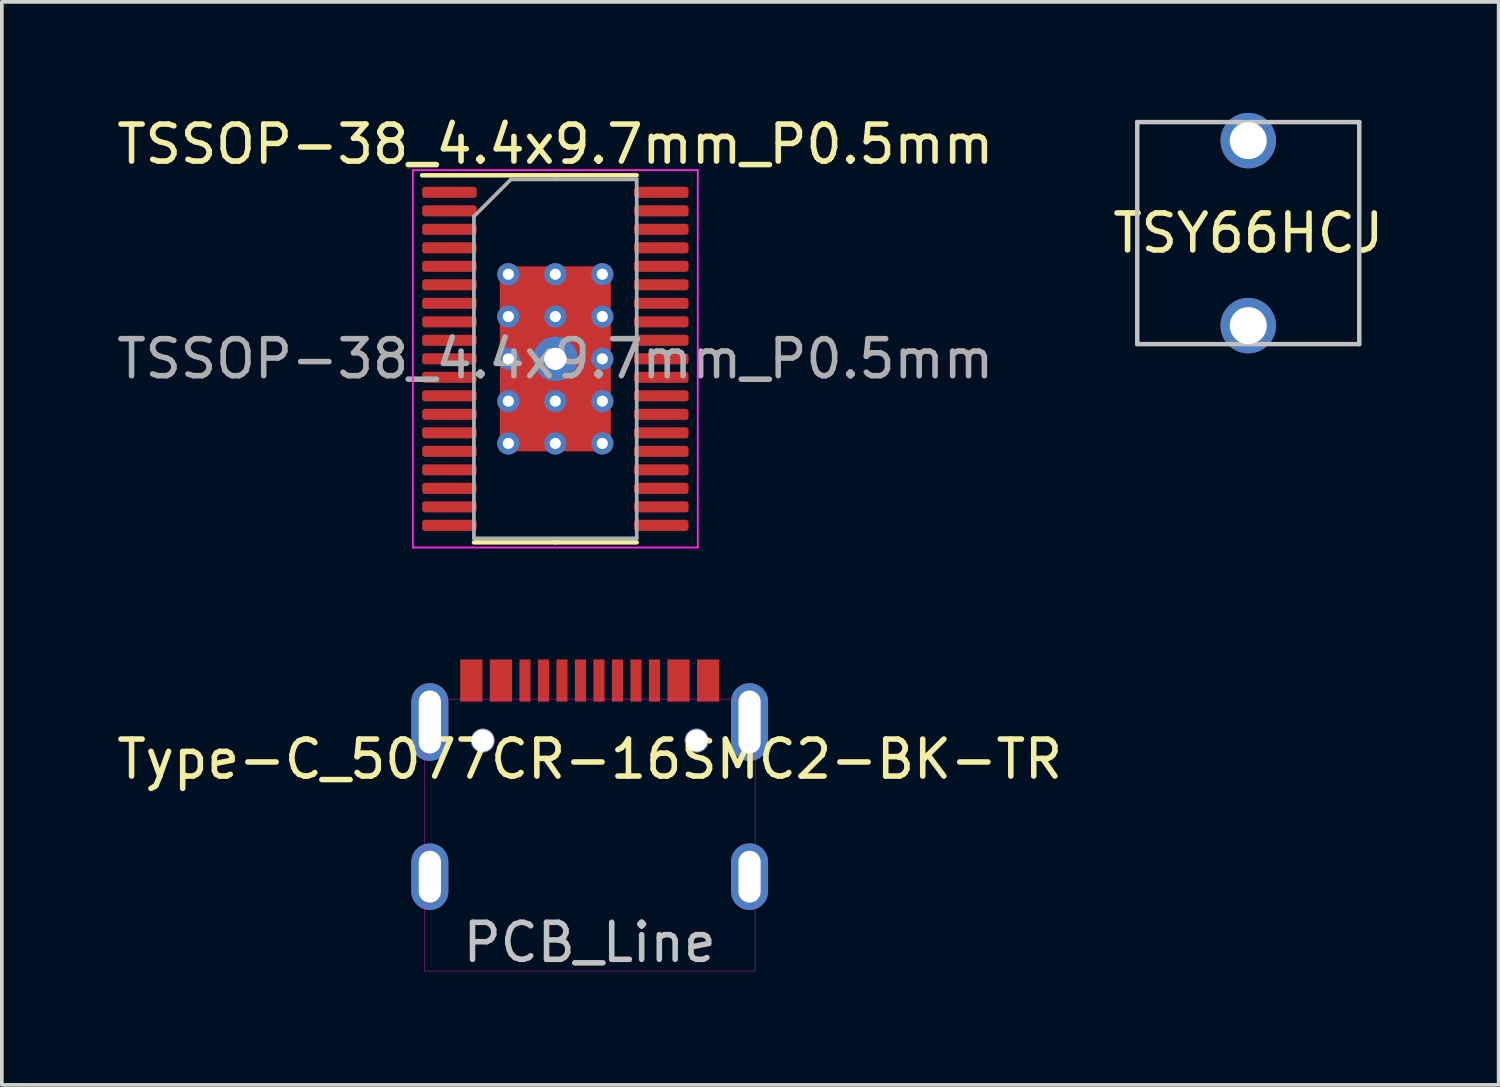
<source format=kicad_pcb>
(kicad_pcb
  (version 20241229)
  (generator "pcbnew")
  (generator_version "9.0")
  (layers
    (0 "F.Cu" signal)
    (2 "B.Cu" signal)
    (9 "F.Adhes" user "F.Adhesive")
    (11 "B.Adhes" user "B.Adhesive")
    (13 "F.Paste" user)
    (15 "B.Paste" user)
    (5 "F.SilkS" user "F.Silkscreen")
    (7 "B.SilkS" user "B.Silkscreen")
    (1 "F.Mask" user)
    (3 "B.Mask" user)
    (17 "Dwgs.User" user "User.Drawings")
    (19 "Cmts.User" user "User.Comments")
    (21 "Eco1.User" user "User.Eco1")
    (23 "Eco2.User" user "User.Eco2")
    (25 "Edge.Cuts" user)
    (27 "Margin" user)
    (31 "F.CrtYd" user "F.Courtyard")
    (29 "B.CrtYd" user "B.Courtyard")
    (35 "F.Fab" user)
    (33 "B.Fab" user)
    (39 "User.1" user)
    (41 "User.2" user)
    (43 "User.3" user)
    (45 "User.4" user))
  (footprint "TSSOP-38_4.4x9.7mm_P0.5mm"
    (layer "F.Cu")
    (at 11.958 6.648)
    (property "Reference" "TSSOP-38_4.4x9.7mm_P0.5mm" (at 0 -5.8 0) (layer "F.SilkS") (effects (font (size 1 1) (thickness 0.15))))
    (attr smd)
    (fp_line (start 0 -4.96) (end -3.6 -4.96) (stroke (width 0.12) (type solid)) (layer "F.SilkS"))
    (fp_line (start 0 -4.96) (end 2.2 -4.96) (stroke (width 0.12) (type solid)) (layer "F.SilkS"))
    (fp_line (start 0 4.96) (end -2.2 4.96) (stroke (width 0.12) (type solid)) (layer "F.SilkS"))
    (fp_line (start 0 4.96) (end 2.2 4.96) (stroke (width 0.12) (type solid)) (layer "F.SilkS"))
    (fp_line (start -3.85 -5.1) (end -3.85 5.1) (stroke (width 0.05) (type solid)) (layer "F.CrtYd"))
    (fp_line (start -3.85 5.1) (end 3.85 5.1) (stroke (width 0.05) (type solid)) (layer "F.CrtYd"))
    (fp_line (start 3.85 -5.1) (end -3.85 -5.1) (stroke (width 0.05) (type solid)) (layer "F.CrtYd"))
    (fp_line (start 3.85 5.1) (end 3.85 -5.1) (stroke (width 0.05) (type solid)) (layer "F.CrtYd"))
    (fp_line (start -2.2 -3.85) (end -1.2 -4.85) (stroke (width 0.1) (type solid)) (layer "F.Fab"))
    (fp_line (start -2.2 4.85) (end -2.2 -3.85) (stroke (width 0.1) (type solid)) (layer "F.Fab"))
    (fp_line (start -1.2 -4.85) (end 2.2 -4.85) (stroke (width 0.1) (type solid)) (layer "F.Fab"))
    (fp_line (start 2.2 -4.85) (end 2.2 4.85) (stroke (width 0.1) (type solid)) (layer "F.Fab"))
    (fp_line (start 2.2 4.85) (end -2.2 4.85) (stroke (width 0.1) (type solid)) (layer "F.Fab"))
    (fp_text user "${REFERENCE}" (at 0 0 0) (layer "F.Fab") (effects (font (size 1 1) (thickness 0.15))))
    (pad "1" smd roundrect (at -2.862 -4.5) (size 1.475 0.3) (layers "F.Cu" "F.Mask" "F.Paste") (roundrect_rratio 0.25))
    (pad "2" smd roundrect (at -2.862 -4) (size 1.475 0.3) (layers "F.Cu" "F.Mask" "F.Paste") (roundrect_rratio 0.25))
    (pad "3" smd roundrect (at -2.862 -3.5) (size 1.475 0.3) (layers "F.Cu" "F.Mask" "F.Paste") (roundrect_rratio 0.25))
    (pad "4" smd roundrect (at -2.862 -3) (size 1.475 0.3) (layers "F.Cu" "F.Mask" "F.Paste") (roundrect_rratio 0.25))
    (pad "5" smd roundrect (at -2.862 -2.5) (size 1.475 0.3) (layers "F.Cu" "F.Mask" "F.Paste") (roundrect_rratio 0.25))
    (pad "6" smd roundrect (at -2.862 -2) (size 1.475 0.3) (layers "F.Cu" "F.Mask" "F.Paste") (roundrect_rratio 0.25))
    (pad "7" smd roundrect (at -2.862 -1.5) (size 1.475 0.3) (layers "F.Cu" "F.Mask" "F.Paste") (roundrect_rratio 0.25))
    (pad "8" smd roundrect (at -2.862 -1) (size 1.475 0.3) (layers "F.Cu" "F.Mask" "F.Paste") (roundrect_rratio 0.25))
    (pad "9" smd roundrect (at -2.862 -0.5) (size 1.475 0.3) (layers "F.Cu" "F.Mask" "F.Paste") (roundrect_rratio 0.25))
    (pad "10" smd roundrect (at -2.862 0) (size 1.475 0.3) (layers "F.Cu" "F.Mask" "F.Paste") (roundrect_rratio 0.25))
    (pad "11" smd roundrect (at -2.862 0.5) (size 1.475 0.3) (layers "F.Cu" "F.Mask" "F.Paste") (roundrect_rratio 0.25))
    (pad "12" smd roundrect (at -2.862 1) (size 1.475 0.3) (layers "F.Cu" "F.Mask" "F.Paste") (roundrect_rratio 0.25))
    (pad "13" smd roundrect (at -2.862 1.5) (size 1.475 0.3) (layers "F.Cu" "F.Mask" "F.Paste") (roundrect_rratio 0.25))
    (pad "14" smd roundrect (at -2.862 2) (size 1.475 0.3) (layers "F.Cu" "F.Mask" "F.Paste") (roundrect_rratio 0.25))
    (pad "15" smd roundrect (at -2.862 2.5) (size 1.475 0.3) (layers "F.Cu" "F.Mask" "F.Paste") (roundrect_rratio 0.25))
    (pad "16" smd roundrect (at -2.862 3) (size 1.475 0.3) (layers "F.Cu" "F.Mask" "F.Paste") (roundrect_rratio 0.25))
    (pad "17" smd roundrect (at -2.862 3.5) (size 1.475 0.3) (layers "F.Cu" "F.Mask" "F.Paste") (roundrect_rratio 0.25))
    (pad "18" smd roundrect (at -2.862 4) (size 1.475 0.3) (layers "F.Cu" "F.Mask" "F.Paste") (roundrect_rratio 0.25))
    (pad "18" thru_hole circle (at -1.27 -2.286) (size 0.6 0.6) (drill 0.3) (layers "*.Cu"))
    (pad "18" thru_hole circle (at -1.27 -1.143) (size 0.6 0.6) (drill 0.3) (layers "*.Cu"))
    (pad "18" thru_hole circle (at -1.27 0) (size 0.6 0.6) (drill 0.3) (layers "*.Cu"))
    (pad "18" thru_hole circle (at -1.27 1.143) (size 0.6 0.6) (drill 0.3) (layers "*.Cu"))
    (pad "18" thru_hole circle (at -1.27 2.286) (size 0.6 0.6) (drill 0.3) (layers "*.Cu"))
    (pad "18" thru_hole circle (at 0 -2.286) (size 0.6 0.6) (drill 0.3) (layers "*.Cu"))
    (pad "18" thru_hole circle (at 0 -1.143) (size 0.6 0.6) (drill 0.3) (layers "*.Cu"))
    (pad "18" thru_hole circle (at 0 0) (size 1.2 1.2) (drill 0.6) (layers "*.Cu" "B.Mask"))
    (pad "18" smd rect (at 0 0) (size 3 5) (layers "F.Cu" "F.Mask" "F.Paste"))
    (pad "18" thru_hole circle (at 0 1.143) (size 0.6 0.6) (drill 0.3) (layers "*.Cu"))
    (pad "18" thru_hole circle (at 0 2.286) (size 0.6 0.6) (drill 0.3) (layers "*.Cu"))
    (pad "18" thru_hole circle (at 1.27 -2.286) (size 0.6 0.6) (drill 0.3) (layers "*.Cu"))
    (pad "18" thru_hole circle (at 1.27 -1.143) (size 0.6 0.6) (drill 0.3) (layers "*.Cu"))
    (pad "18" thru_hole circle (at 1.27 0) (size 0.6 0.6) (drill 0.3) (layers "*.Cu"))
    (pad "18" thru_hole circle (at 1.27 1.143) (size 0.6 0.6) (drill 0.3) (layers "*.Cu"))
    (pad "18" thru_hole circle (at 1.27 2.286 90) (size 0.6 0.6) (drill 0.3) (layers "*.Cu"))
    (pad "19" smd roundrect (at -2.862 4.5) (size 1.475 0.3) (layers "F.Cu" "F.Mask" "F.Paste") (roundrect_rratio 0.25))
    (pad "20" smd roundrect (at 2.862 4.5) (size 1.475 0.3) (layers "F.Cu" "F.Mask" "F.Paste") (roundrect_rratio 0.25))
    (pad "21" smd roundrect (at 2.862 4) (size 1.475 0.3) (layers "F.Cu" "F.Mask" "F.Paste") (roundrect_rratio 0.25))
    (pad "22" smd roundrect (at 2.862 3.5) (size 1.475 0.3) (layers "F.Cu" "F.Mask" "F.Paste") (roundrect_rratio 0.25))
    (pad "23" smd roundrect (at 2.862 3) (size 1.475 0.3) (layers "F.Cu" "F.Mask" "F.Paste") (roundrect_rratio 0.25))
    (pad "24" smd roundrect (at 2.862 2.5) (size 1.475 0.3) (layers "F.Cu" "F.Mask" "F.Paste") (roundrect_rratio 0.25))
    (pad "25" smd roundrect (at 2.862 2) (size 1.475 0.3) (layers "F.Cu" "F.Mask" "F.Paste") (roundrect_rratio 0.25))
    (pad "26" smd roundrect (at 2.862 1.5) (size 1.475 0.3) (layers "F.Cu" "F.Mask" "F.Paste") (roundrect_rratio 0.25))
    (pad "27" smd roundrect (at 2.862 1) (size 1.475 0.3) (layers "F.Cu" "F.Mask" "F.Paste") (roundrect_rratio 0.25))
    (pad "28" smd roundrect (at 2.862 0.5) (size 1.475 0.3) (layers "F.Cu" "F.Mask" "F.Paste") (roundrect_rratio 0.25))
    (pad "29" smd roundrect (at 2.862 0) (size 1.475 0.3) (layers "F.Cu" "F.Mask" "F.Paste") (roundrect_rratio 0.25))
    (pad "30" smd roundrect (at 2.862 -0.5) (size 1.475 0.3) (layers "F.Cu" "F.Mask" "F.Paste") (roundrect_rratio 0.25))
    (pad "31" smd roundrect (at 2.862 -1) (size 1.475 0.3) (layers "F.Cu" "F.Mask" "F.Paste") (roundrect_rratio 0.25))
    (pad "32" smd roundrect (at 2.862 -1.5) (size 1.475 0.3) (layers "F.Cu" "F.Mask" "F.Paste") (roundrect_rratio 0.25))
    (pad "33" smd roundrect (at 2.862 -2) (size 1.475 0.3) (layers "F.Cu" "F.Mask" "F.Paste") (roundrect_rratio 0.25))
    (pad "34" smd roundrect (at 2.862 -2.5) (size 1.475 0.3) (layers "F.Cu" "F.Mask" "F.Paste") (roundrect_rratio 0.25))
    (pad "35" smd roundrect (at 2.862 -3) (size 1.475 0.3) (layers "F.Cu" "F.Mask" "F.Paste") (roundrect_rratio 0.25))
    (pad "36" smd roundrect (at 2.862 -3.5) (size 1.475 0.3) (layers "F.Cu" "F.Mask" "F.Paste") (roundrect_rratio 0.25))
    (pad "37" smd roundrect (at 2.862 -4) (size 1.475 0.3) (layers "F.Cu" "F.Mask" "F.Paste") (roundrect_rratio 0.25))
    (pad "38" smd roundrect (at 2.862 -4.5) (size 1.475 0.3) (layers "F.Cu" "F.Mask" "F.Paste") (roundrect_rratio 0.25)))
  (footprint "Type-C_5077CR-16SMC2-BK-TR"
    (layer "F.Cu")
    (at 12.887 20.643)
    (property "Reference" "Type-C_5077CR-16SMC2-BK-TR" (at 0 -3.175 0) (layer "F.SilkS") (effects (font (size 1 1) (thickness 0.15))))
    (attr through_hole)
    (fp_line (start -4.47 -4.8) (end 4.47 -4.8) (stroke (width 0.01) (type solid)) (layer "F.CrtYd"))
    (fp_line (start -4.47 2.55) (end -4.47 -4.8) (stroke (width 0.01) (type solid)) (layer "F.CrtYd"))
    (fp_line (start 4.47 2.55) (end -4.47 2.55) (stroke (width 0.01) (type solid)) (layer "F.CrtYd"))
    (fp_line (start 4.47 2.55) (end 4.47 -4.8) (stroke (width 0.01) (type solid)) (layer "F.CrtYd"))
    (fp_text user "PCB_Line" (at 0 1.778 0) (layer "Dwgs.User") (effects (font (size 1 1) (thickness 0.15))))
    (pad "" np_thru_hole circle (at -2.89 -3.68) (size 0.65 0.65) (drill 0.6) (layers "*.Cu" "*.Mask"))
    (pad "" np_thru_hole circle (at 2.89 -3.68) (size 0.65 0.65) (drill 0.6) (layers "*.Cu" "*.Mask"))
    (pad "A1" smd rect (at -3.2 -5.3) (size 0.6 1.14) (layers "F.Cu" "F.Mask" "F.Paste"))
    (pad "A4" smd rect (at -2.4 -5.3) (size 0.6 1.14) (layers "F.Cu" "F.Mask" "F.Paste"))
    (pad "A5" smd rect (at -1.25 -5.3) (size 0.3 1.14) (layers "F.Cu" "F.Mask" "F.Paste"))
    (pad "A6" smd rect (at -0.25 -5.3) (size 0.3 1.14) (layers "F.Cu" "F.Mask" "F.Paste"))
    (pad "A7" smd rect (at 0.25 -5.3) (size 0.3 1.14) (layers "F.Cu" "F.Mask" "F.Paste"))
    (pad "A8" smd rect (at 1.25 -5.3) (size 0.3 1.14) (layers "F.Cu" "F.Mask" "F.Paste"))
    (pad "A9" connect rect (at 2.4 -5.3) (size 0.1 0.1) (layers "F.Cu" "F.Mask"))
    (pad "B1" smd rect (at 3.2 -5.3) (size 0.6 1.14) (layers "F.Cu" "F.Mask" "F.Paste"))
    (pad "B4" smd rect (at 2.4 -5.3) (size 0.6 1.14) (layers "F.Cu" "F.Mask" "F.Paste"))
    (pad "B5" smd rect (at 1.75 -5.3) (size 0.3 1.14) (layers "F.Cu" "F.Mask" "F.Paste"))
    (pad "B6" smd rect (at 0.75 -5.3) (size 0.3 1.14) (layers "F.Cu" "F.Mask" "F.Paste"))
    (pad "B7" smd rect (at -0.75 -5.3) (size 0.3 1.14) (layers "F.Cu" "F.Mask" "F.Paste"))
    (pad "B8" smd rect (at -1.75 -5.3) (size 0.3 1.14) (layers "F.Cu" "F.Mask" "F.Paste"))
    (pad "B9" connect rect (at -2.4 -5.3) (size 0.1 0.1) (layers "F.Cu" "F.Mask"))
    (pad "B12" connect rect (at -3.2 -5.3) (size 0.1 0.1) (layers "F.Cu" "F.Mask"))
    (pad "B12" connect rect (at 3.2 -5.3) (size 0.1 0.1) (layers "F.Cu" "F.Mask"))
    (pad "S1" thru_hole oval (at -4.32 -4.18) (size 1 2.1) (drill oval 0.6 1.7) (layers "*.Cu" "*.Mask"))
    (pad "S1" thru_hole oval (at -4.32 0) (size 1 1.8) (drill oval 0.6 1.4) (layers "*.Cu" "*.Mask"))
    (pad "S1" thru_hole oval (at 4.32 -4.18) (size 1 2.1) (drill oval 0.6 1.7) (layers "*.Cu" "*.Mask"))
    (pad "S1" thru_hole oval (at 4.32 0) (size 1 1.8) (drill oval 0.6 1.4) (layers "*.Cu" "*.Mask")))
  (footprint "TSY66HCJ"
    (layer "F.Cu")
    (at 30.685 3.25)
    (property "Reference" "TSY66HCJ" (at 0 0 180) (layer "F.SilkS") (effects (font (size 1 1) (thickness 0.15))))
    (attr through_hole)
    (fp_line (start -3 -3) (end 3 -3) (stroke (width 0.12) (type solid)) (layer "Dwgs.User"))
    (fp_line (start -3 3) (end -3 -3) (stroke (width 0.12) (type solid)) (layer "Dwgs.User"))
    (fp_line (start 3 -3) (end 3 3) (stroke (width 0.12) (type solid)) (layer "Dwgs.User"))
    (fp_line (start 3 3) (end -3 3) (stroke (width 0.12) (type solid)) (layer "Dwgs.User"))
    (pad "1" thru_hole circle (at 0 2.5 90) (size 1.5 1.5) (drill 1) (layers "*.Cu" "*.Mask"))
    (pad "2" thru_hole circle (at 0 -2.5 270) (size 1.5 1.5) (drill 1) (layers "*.Cu" "*.Mask")))
  (gr_rect
    (start -3 -3)
    (end 37.452 26.27)
    (stroke (width 0.1) (type default))
    (fill no)
    (layer "Edge.Cuts")))
</source>
